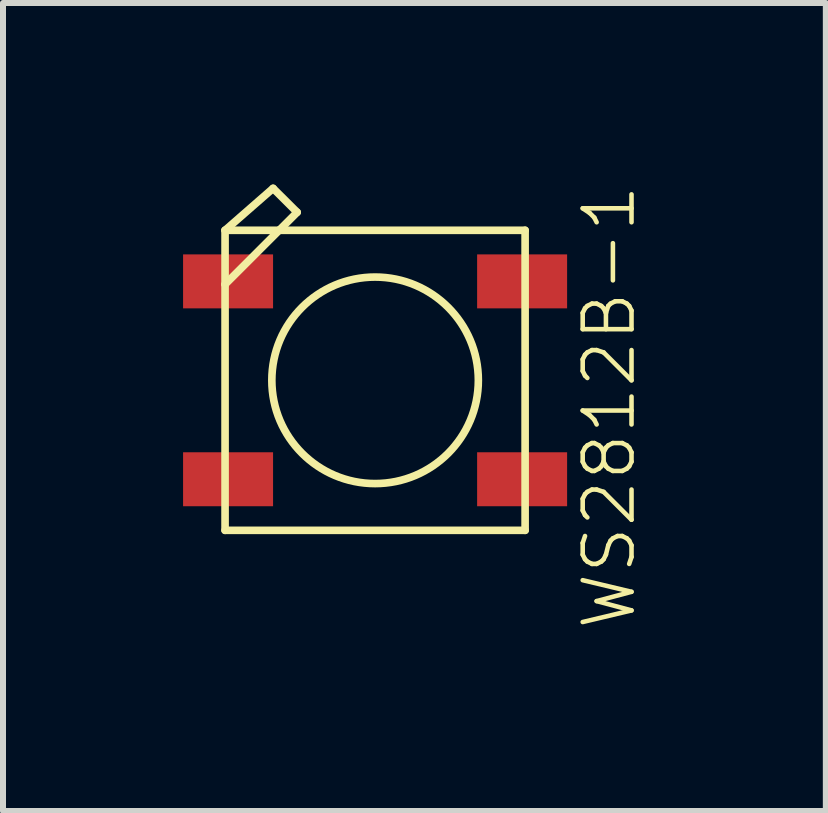
<source format=kicad_pcb>
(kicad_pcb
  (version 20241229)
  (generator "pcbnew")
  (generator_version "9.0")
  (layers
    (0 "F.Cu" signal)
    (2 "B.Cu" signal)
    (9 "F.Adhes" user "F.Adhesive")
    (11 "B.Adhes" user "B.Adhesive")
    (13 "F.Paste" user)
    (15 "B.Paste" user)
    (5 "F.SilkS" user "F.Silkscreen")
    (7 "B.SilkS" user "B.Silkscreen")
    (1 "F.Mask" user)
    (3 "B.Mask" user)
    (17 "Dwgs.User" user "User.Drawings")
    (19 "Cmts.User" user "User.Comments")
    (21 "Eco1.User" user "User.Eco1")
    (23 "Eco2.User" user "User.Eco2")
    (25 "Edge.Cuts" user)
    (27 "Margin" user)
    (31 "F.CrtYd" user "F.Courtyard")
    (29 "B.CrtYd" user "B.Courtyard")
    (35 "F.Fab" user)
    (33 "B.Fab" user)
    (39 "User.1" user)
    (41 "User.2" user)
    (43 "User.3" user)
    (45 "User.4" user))
  (footprint "WS2812B-1"
    (layer "F.Cu")
    (at 3.198 3.285)
    (property "Reference" "WS2812B-1" (at 3.899 0.445 270) (layer "F.SilkS") (effects (font (size 0.813 0.813) (thickness 0.076))))
    (attr smd)
    (fp_line (start -2.499 -2.499) (end -1.598 -2.499) (stroke (width 0.127) (type solid)) (layer "F.SilkS"))
    (fp_line (start -2.499 -1.598) (end -2.499 -2.499) (stroke (width 0.127) (type solid)) (layer "F.SilkS"))
    (fp_line (start -2.499 -1.598) (end -1.598 -2.499) (stroke (width 0.127) (type solid)) (layer "F.SilkS"))
    (fp_line (start -2.499 2.499) (end -2.499 -1.598) (stroke (width 0.127) (type solid)) (layer "F.SilkS"))
    (fp_line (start -1.699 -3.198) (end -2.499 -2.499) (stroke (width 0.127) (type solid)) (layer "F.SilkS"))
    (fp_line (start -1.598 -2.499) (end -1.298 -2.799) (stroke (width 0.127) (type solid)) (layer "F.SilkS"))
    (fp_line (start -1.598 -2.499) (end 2.499 -2.499) (stroke (width 0.127) (type solid)) (layer "F.SilkS"))
    (fp_line (start -1.298 -2.799) (end -1.699 -3.198) (stroke (width 0.127) (type solid)) (layer "F.SilkS"))
    (fp_line (start 2.499 -2.499) (end 2.499 2.499) (stroke (width 0.127) (type solid)) (layer "F.SilkS"))
    (fp_line (start 2.499 2.499) (end -2.499 2.499) (stroke (width 0.127) (type solid)) (layer "F.SilkS"))
    (fp_circle (center 0 0) (end 0 -1.72) (stroke (width 0.127) (type solid)) (fill no) (layer "F.SilkS"))
    (pad "1-VD" smd rect (at 2.449 1.648 180) (size 1.499 0.899) (layers "F.Cu" "F.Mask" "F.Paste"))
    (pad "2-DO" smd rect (at 2.449 -1.648 180) (size 1.499 0.899) (layers "F.Cu" "F.Mask" "F.Paste"))
    (pad "3-GN" smd rect (at -2.449 -1.648 180) (size 1.499 0.899) (layers "F.Cu" "F.Mask" "F.Paste"))
    (pad "4-DI" smd rect (at -2.449 1.648 180) (size 1.499 0.899) (layers "F.Cu" "F.Mask" "F.Paste")))
  (gr_rect
    (start -3 -3)
    (end 10.706 10.459)
    (stroke (width 0.1) (type default))
    (fill no)
    (layer "Edge.Cuts")))
</source>
